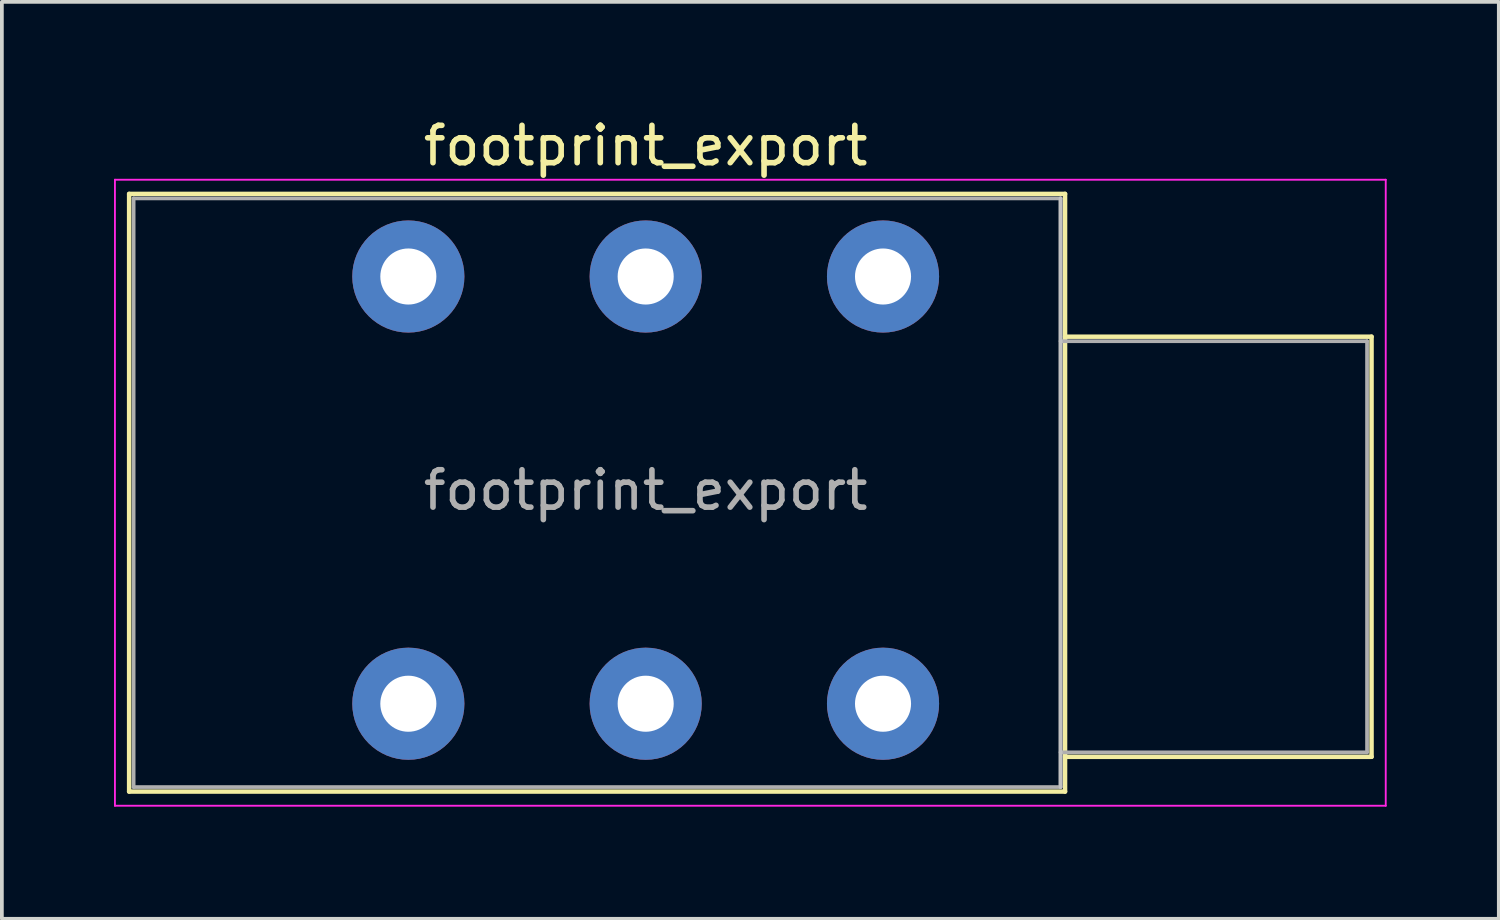
<source format=kicad_pcb>
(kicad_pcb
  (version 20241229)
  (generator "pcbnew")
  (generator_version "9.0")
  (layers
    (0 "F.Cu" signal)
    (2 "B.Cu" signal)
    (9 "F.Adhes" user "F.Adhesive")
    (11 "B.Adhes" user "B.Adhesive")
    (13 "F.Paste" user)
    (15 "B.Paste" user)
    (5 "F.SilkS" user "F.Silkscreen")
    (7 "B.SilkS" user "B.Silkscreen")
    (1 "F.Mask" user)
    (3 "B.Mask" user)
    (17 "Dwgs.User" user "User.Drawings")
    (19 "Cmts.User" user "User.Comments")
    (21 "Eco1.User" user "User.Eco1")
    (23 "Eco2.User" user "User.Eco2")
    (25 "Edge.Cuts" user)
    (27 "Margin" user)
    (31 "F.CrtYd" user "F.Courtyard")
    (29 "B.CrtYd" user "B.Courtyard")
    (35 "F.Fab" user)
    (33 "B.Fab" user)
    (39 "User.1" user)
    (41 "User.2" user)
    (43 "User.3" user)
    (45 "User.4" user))
  (footprint "footprint_export"
    (layer "F.Cu")
    (at 7.875 4.348)
    (property "Reference" "footprint_export" (at 6.35 -3.5 0) (layer "F.SilkS") (effects (font (size 1 1) (thickness 0.15))))
    (attr through_hole)
    (fp_line (start -7.47 -2.21) (end 17.57 -2.21) (stroke (width 0.12) (type solid)) (layer "F.SilkS"))
    (fp_line (start -7.47 13.78) (end -7.47 -2.21) (stroke (width 0.12) (type solid)) (layer "F.SilkS"))
    (fp_line (start -7.47 13.78) (end 17.57 13.78) (stroke (width 0.12) (type solid)) (layer "F.SilkS"))
    (fp_line (start 17.57 -2.21) (end 17.57 13.78) (stroke (width 0.12) (type solid)) (layer "F.SilkS"))
    (fp_line (start 25.77 1.61) (end 17.57 1.61) (stroke (width 0.12) (type solid)) (layer "F.SilkS"))
    (fp_line (start 25.77 12.85) (end 17.57 12.85) (stroke (width 0.12) (type solid)) (layer "F.SilkS"))
    (fp_line (start 25.77 12.85) (end 25.77 1.61) (stroke (width 0.12) (type solid)) (layer "F.SilkS"))
    (fp_line (start 17.45 -2.09) (end 17.45 13.66) (stroke (width 0.1) (type solid)) (layer "Dwgs.User"))
    (fp_line (start -7.85 14.16) (end -7.85 -2.59) (stroke (width 0.05) (type solid)) (layer "F.CrtYd"))
    (fp_line (start -7.85 14.16) (end 26.15 14.16) (stroke (width 0.05) (type solid)) (layer "F.CrtYd"))
    (fp_line (start 26.15 -2.59) (end -7.85 -2.59) (stroke (width 0.05) (type solid)) (layer "F.CrtYd"))
    (fp_line (start 26.15 14.16) (end 26.15 -2.59) (stroke (width 0.05) (type solid)) (layer "F.CrtYd"))
    (fp_line (start -7.35 -2.09) (end 17.45 -2.09) (stroke (width 0.1) (type solid)) (layer "F.Fab"))
    (fp_line (start -7.35 13.66) (end -7.35 -2.09) (stroke (width 0.1) (type solid)) (layer "F.Fab"))
    (fp_line (start 17.45 -2.09) (end 17.45 13.66) (stroke (width 0.1) (type solid)) (layer "F.Fab"))
    (fp_line (start 17.45 12.73) (end 25.65 12.73) (stroke (width 0.1) (type solid)) (layer "F.Fab"))
    (fp_line (start 17.45 13.66) (end -7.35 13.66) (stroke (width 0.1) (type solid)) (layer "F.Fab"))
    (fp_line (start 25.65 1.73) (end 17.45 1.73) (stroke (width 0.1) (type solid)) (layer "F.Fab"))
    (fp_line (start 25.65 12.73) (end 25.65 1.73) (stroke (width 0.1) (type solid)) (layer "F.Fab"))
    (fp_text user "${REFERENCE}" (at 6.35 5.715 0) (layer "F.Fab") (effects (font (size 1 1) (thickness 0.15))))
    (pad "R" thru_hole circle (at 6.35 0) (size 3 3) (drill 1.5) (layers "*.Cu" "*.Mask"))
    (pad "RN" thru_hole circle (at 6.35 11.43) (size 3 3) (drill 1.5) (layers "*.Cu" "*.Mask"))
    (pad "S" thru_hole circle (at 12.7 0) (size 3 3) (drill 1.5) (layers "*.Cu" "*.Mask"))
    (pad "S" thru_hole circle (at 12.7 11.43) (size 3 3) (drill 1.5) (layers "*.Cu" "*.Mask"))
    (pad "T" thru_hole circle (at 0 0) (size 3 3) (drill 1.5) (layers "*.Cu" "*.Mask"))
    (pad "TN" thru_hole circle (at 0 11.43) (size 3 3) (drill 1.5) (layers "*.Cu" "*.Mask")))
  (gr_rect
    (start -3 -3)
    (end 37.05 21.533)
    (stroke (width 0.1) (type default))
    (fill no)
    (layer "Edge.Cuts")))
</source>
